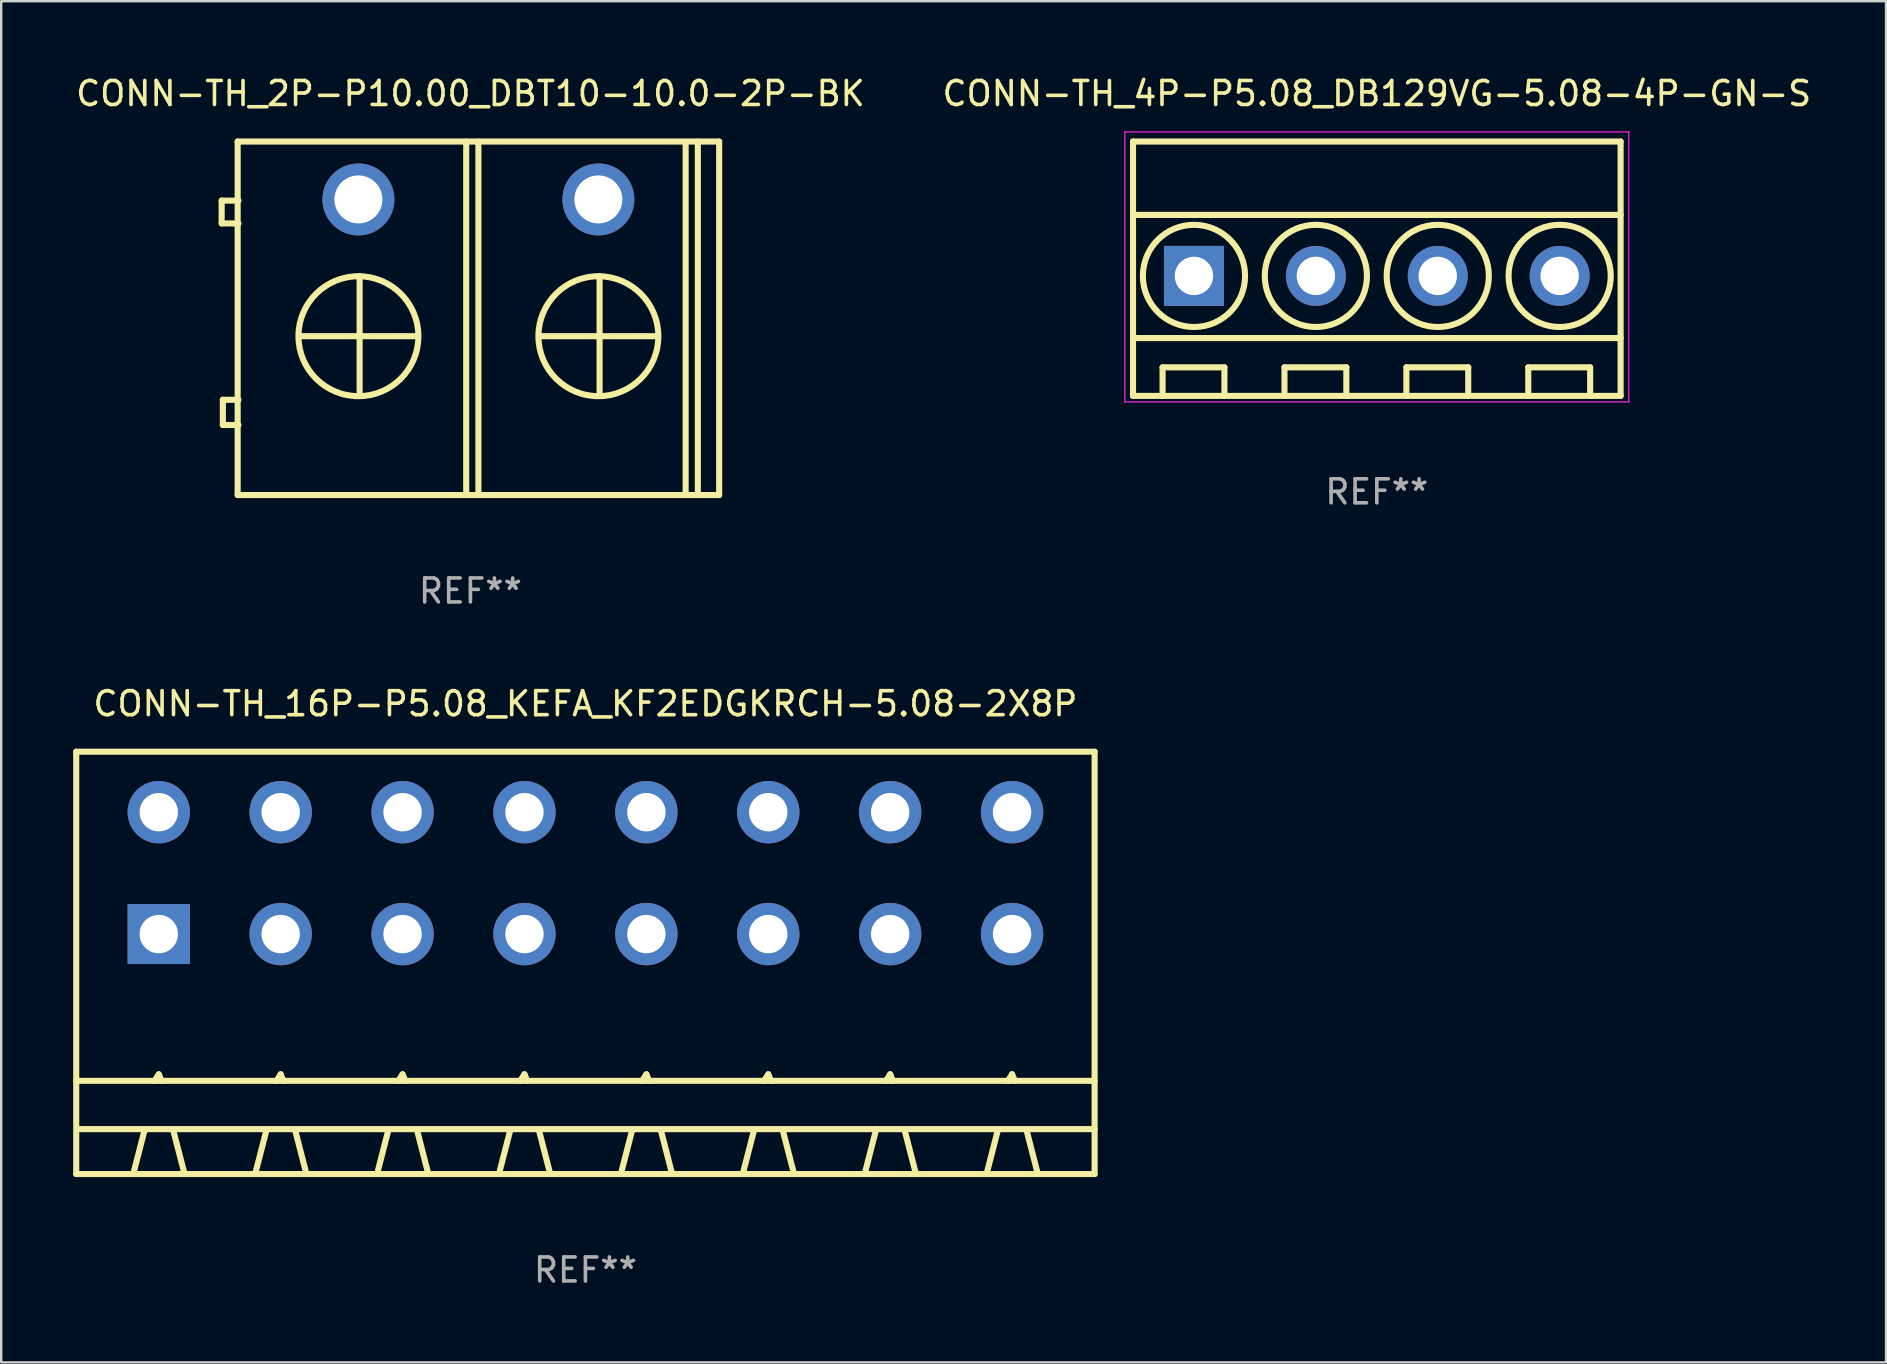
<source format=kicad_pcb>
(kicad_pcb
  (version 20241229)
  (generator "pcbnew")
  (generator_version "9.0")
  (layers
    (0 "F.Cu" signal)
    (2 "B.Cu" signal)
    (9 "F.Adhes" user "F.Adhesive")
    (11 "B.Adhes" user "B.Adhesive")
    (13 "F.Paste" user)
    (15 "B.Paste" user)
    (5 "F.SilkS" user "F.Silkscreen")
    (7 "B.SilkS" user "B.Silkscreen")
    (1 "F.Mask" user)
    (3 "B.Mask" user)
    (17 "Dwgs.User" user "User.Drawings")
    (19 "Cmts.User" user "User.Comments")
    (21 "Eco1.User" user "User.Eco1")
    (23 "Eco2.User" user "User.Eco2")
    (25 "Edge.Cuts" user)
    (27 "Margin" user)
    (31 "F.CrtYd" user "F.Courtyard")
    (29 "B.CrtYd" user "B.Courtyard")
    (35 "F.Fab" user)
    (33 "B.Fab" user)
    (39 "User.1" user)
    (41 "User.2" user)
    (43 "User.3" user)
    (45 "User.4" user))
  (footprint "CONN-TH_2P-P10.00_DBT10-10.0-2P-BK"
    (layer "F.Cu")
    (at 16.887 5.261)
    (property "Reference" "CONN-TH_2P-P10.00_DBT10-10.0-2P-BK" (at -0.333 -4.413 0) (layer "F.SilkS") (effects (font (size 1 1) (thickness 0.15))))
    (attr through_hole)
    (fp_line (start -10.7 0.05) (end -10.7 1) (stroke (width 0.254) (type solid)) (layer "F.SilkS"))
    (fp_line (start -10.7 1) (end -10 1) (stroke (width 0.254) (type solid)) (layer "F.SilkS"))
    (fp_line (start -10.65 8.35) (end -10.65 9.4) (stroke (width 0.254) (type solid)) (layer "F.SilkS"))
    (fp_line (start -10.65 9.4) (end -10 9.4) (stroke (width 0.254) (type solid)) (layer "F.SilkS"))
    (fp_line (start -10.033 -2.413) (end -10.033 12.319) (stroke (width 0.254) (type solid)) (layer "F.SilkS"))
    (fp_line (start -10.033 12.319) (end 10.033 12.319) (stroke (width 0.254) (type solid)) (layer "F.SilkS"))
    (fp_line (start -10 0.05) (end -10.7 0.05) (stroke (width 0.254) (type solid)) (layer "F.SilkS"))
    (fp_line (start -10 8.35) (end -10.65 8.35) (stroke (width 0.254) (type solid)) (layer "F.SilkS"))
    (fp_line (start -7.45 5.7) (end -2.55 5.7) (stroke (width 0.254) (type solid)) (layer "F.SilkS"))
    (fp_line (start -4.95 3.2) (end -4.95 8.05) (stroke (width 0.254) (type solid)) (layer "F.SilkS"))
    (fp_line (start -0.508 -2.413) (end -0.508 12.237) (stroke (width 0.254) (type solid)) (layer "F.SilkS"))
    (fp_line (start 0 -2.413) (end 0 12.187) (stroke (width 0.254) (type solid)) (layer "F.SilkS"))
    (fp_line (start 2.55 5.7) (end 7.45 5.7) (stroke (width 0.254) (type solid)) (layer "F.SilkS"))
    (fp_line (start 5.05 3.2) (end 5.05 8.05) (stroke (width 0.254) (type solid)) (layer "F.SilkS"))
    (fp_line (start 8.636 -2.352) (end 8.636 12.298) (stroke (width 0.254) (type solid)) (layer "F.SilkS"))
    (fp_line (start 9.144 -2.413) (end 9.144 12.187) (stroke (width 0.254) (type solid)) (layer "F.SilkS"))
    (fp_line (start 10.033 -2.413) (end -10.033 -2.413) (stroke (width 0.254) (type solid)) (layer "F.SilkS"))
    (fp_line (start 10.033 12.319) (end 10.033 -2.413) (stroke (width 0.254) (type solid)) (layer "F.SilkS"))
    (fp_circle (center -10 12.25) (end -9.97 12.25) (stroke (width 0.06) (type solid)) (fill no) (layer "F.SilkS"))
    (fp_circle (center -5 5.7) (end -2.501 5.7) (stroke (width 0.254) (type solid)) (fill no) (layer "F.SilkS"))
    (fp_circle (center 5 5.7) (end 7.499 5.7) (stroke (width 0.254) (type solid)) (fill no) (layer "F.SilkS"))
    (fp_text user "REF**" (at -0.333 16.319 0) (layer "F.Fab") (effects (font (size 1 1) (thickness 0.15))))
    (pad "1" thru_hole circle (at -5 0) (size 3 3) (drill 2) (layers "*.Cu" "*.Mask"))
    (pad "2" thru_hole circle (at 5 0) (size 3 3) (drill 2) (layers "*.Cu" "*.Mask")))
  (footprint "CONN-TH_16P-P5.08_KEFA_KF2EDGKRCH-5.08-2X8P"
    (layer "F.Cu")
    (at 21.347 33.337)
    (property "Reference" "CONN-TH_16P-P5.08_KEFA_KF2EDGKRCH-5.08-2X8P" (at 0.000013 -7.06 0) (layer "F.SilkS") (effects (font (size 1 1) (thickness 0.15))))
    (attr through_hole)
    (fp_line (start -21.22 -5.06) (end -21.22 12.54) (stroke (width 0.254) (type solid)) (layer "F.SilkS"))
    (fp_line (start -21.22 -5.06) (end 21.22 -5.06) (stroke (width 0.254) (type solid)) (layer "F.SilkS"))
    (fp_line (start -21.22 8.655) (end 21.22 8.655) (stroke (width 0.254) (type solid)) (layer "F.SilkS"))
    (fp_line (start -21.22 12.54) (end 21.22 12.54) (stroke (width 0.254) (type solid)) (layer "F.SilkS"))
    (fp_line (start -21.082 10.668) (end 21.22 10.668) (stroke (width 0.254) (type solid)) (layer "F.SilkS"))
    (fp_line (start -18.844 12.54) (end -18.362 10.668) (stroke (width 0.254) (type solid)) (layer "F.SilkS"))
    (fp_line (start -17.956 8.655) (end -17.78 8.382) (stroke (width 0.254) (type solid)) (layer "F.SilkS"))
    (fp_line (start -17.78 8.382) (end -17.666 8.655) (stroke (width 0.254) (type solid)) (layer "F.SilkS"))
    (fp_line (start -16.706 12.54) (end -17.189 10.668) (stroke (width 0.254) (type solid)) (layer "F.SilkS"))
    (fp_line (start -13.764 12.54) (end -13.282 10.668) (stroke (width 0.254) (type solid)) (layer "F.SilkS"))
    (fp_line (start -12.876 8.655) (end -12.7 8.382) (stroke (width 0.254) (type solid)) (layer "F.SilkS"))
    (fp_line (start -12.7 8.382) (end -12.586 8.655) (stroke (width 0.254) (type solid)) (layer "F.SilkS"))
    (fp_line (start -11.626 12.54) (end -12.109 10.668) (stroke (width 0.254) (type solid)) (layer "F.SilkS"))
    (fp_line (start -8.684 12.54) (end -8.202 10.668) (stroke (width 0.254) (type solid)) (layer "F.SilkS"))
    (fp_line (start -7.796 8.655) (end -7.62 8.382) (stroke (width 0.254) (type solid)) (layer "F.SilkS"))
    (fp_line (start -7.62 8.382) (end -7.506 8.655) (stroke (width 0.254) (type solid)) (layer "F.SilkS"))
    (fp_line (start -6.546 12.54) (end -7.029 10.668) (stroke (width 0.254) (type solid)) (layer "F.SilkS"))
    (fp_line (start -3.604 12.54) (end -3.122 10.668) (stroke (width 0.254) (type solid)) (layer "F.SilkS"))
    (fp_line (start -2.716 8.655) (end -2.54 8.382) (stroke (width 0.254) (type solid)) (layer "F.SilkS"))
    (fp_line (start -2.54 8.382) (end -2.426 8.655) (stroke (width 0.254) (type solid)) (layer "F.SilkS"))
    (fp_line (start -1.466 12.54) (end -1.949 10.668) (stroke (width 0.254) (type solid)) (layer "F.SilkS"))
    (fp_line (start 1.476 12.54) (end 1.958 10.668) (stroke (width 0.254) (type solid)) (layer "F.SilkS"))
    (fp_line (start 2.364 8.655) (end 2.54 8.382) (stroke (width 0.254) (type solid)) (layer "F.SilkS"))
    (fp_line (start 2.54 8.382) (end 2.654 8.655) (stroke (width 0.254) (type solid)) (layer "F.SilkS"))
    (fp_line (start 3.614 12.54) (end 3.131 10.668) (stroke (width 0.254) (type solid)) (layer "F.SilkS"))
    (fp_line (start 6.556 12.54) (end 7.038 10.668) (stroke (width 0.254) (type solid)) (layer "F.SilkS"))
    (fp_line (start 7.444 8.655) (end 7.62 8.382) (stroke (width 0.254) (type solid)) (layer "F.SilkS"))
    (fp_line (start 7.62 8.382) (end 7.734 8.655) (stroke (width 0.254) (type solid)) (layer "F.SilkS"))
    (fp_line (start 8.694 12.54) (end 8.211 10.668) (stroke (width 0.254) (type solid)) (layer "F.SilkS"))
    (fp_line (start 11.636 12.54) (end 12.118 10.668) (stroke (width 0.254) (type solid)) (layer "F.SilkS"))
    (fp_line (start 12.524 8.655) (end 12.7 8.382) (stroke (width 0.254) (type solid)) (layer "F.SilkS"))
    (fp_line (start 12.7 8.382) (end 12.814 8.655) (stroke (width 0.254) (type solid)) (layer "F.SilkS"))
    (fp_line (start 13.774 12.54) (end 13.291 10.668) (stroke (width 0.254) (type solid)) (layer "F.SilkS"))
    (fp_line (start 16.716 12.54) (end 17.198 10.668) (stroke (width 0.254) (type solid)) (layer "F.SilkS"))
    (fp_line (start 17.604 8.655) (end 17.78 8.382) (stroke (width 0.254) (type solid)) (layer "F.SilkS"))
    (fp_line (start 17.78 8.382) (end 17.894 8.655) (stroke (width 0.254) (type solid)) (layer "F.SilkS"))
    (fp_line (start 18.854 12.54) (end 18.371 10.668) (stroke (width 0.254) (type solid)) (layer "F.SilkS"))
    (fp_line (start 21.22 -5.06) (end 21.22 12.54) (stroke (width 0.254) (type solid)) (layer "F.SilkS"))
    (fp_circle (center -21.22 12.54) (end -21.19 12.54) (stroke (width 0.06) (type solid)) (fill no) (layer "F.SilkS"))
    (fp_text user "REF**" (at 0.000013 16.54 0) (layer "F.Fab") (effects (font (size 1 1) (thickness 0.15))))
    (pad "1" thru_hole rect (at -17.78 2.54) (size 2.6 2.5) (drill 1.6) (layers "*.Cu" "*.Mask"))
    (pad "2" thru_hole circle (at -17.78 -2.54) (size 2.6 2.6) (drill 1.6) (layers "*.Cu" "*.Mask"))
    (pad "3" thru_hole circle (at -12.7 2.54) (size 2.6 2.6) (drill 1.6) (layers "*.Cu" "*.Mask"))
    (pad "4" thru_hole circle (at -12.7 -2.54) (size 2.6 2.6) (drill 1.6) (layers "*.Cu" "*.Mask"))
    (pad "5" thru_hole circle (at -7.62 2.54) (size 2.6 2.6) (drill 1.6) (layers "*.Cu" "*.Mask"))
    (pad "6" thru_hole circle (at -7.62 -2.54) (size 2.6 2.6) (drill 1.6) (layers "*.Cu" "*.Mask"))
    (pad "7" thru_hole circle (at -2.54 2.54) (size 2.6 2.6) (drill 1.6) (layers "*.Cu" "*.Mask"))
    (pad "8" thru_hole circle (at -2.54 -2.54) (size 2.6 2.6) (drill 1.6) (layers "*.Cu" "*.Mask"))
    (pad "9" thru_hole circle (at 2.54 2.54) (size 2.6 2.6) (drill 1.6) (layers "*.Cu" "*.Mask"))
    (pad "10" thru_hole circle (at 2.54 -2.54) (size 2.6 2.6) (drill 1.6) (layers "*.Cu" "*.Mask"))
    (pad "11" thru_hole circle (at 7.62 2.54) (size 2.6 2.6) (drill 1.6) (layers "*.Cu" "*.Mask"))
    (pad "12" thru_hole circle (at 7.62 -2.54) (size 2.6 2.6) (drill 1.6) (layers "*.Cu" "*.Mask"))
    (pad "13" thru_hole circle (at 12.7 2.54) (size 2.6 2.6) (drill 1.6) (layers "*.Cu" "*.Mask"))
    (pad "14" thru_hole circle (at 12.7 -2.54) (size 2.6 2.6) (drill 1.6) (layers "*.Cu" "*.Mask"))
    (pad "15" thru_hole circle (at 17.78 2.54) (size 2.6 2.6) (drill 1.6) (layers "*.Cu" "*.Mask"))
    (pad "16" thru_hole circle (at 17.78 -2.54) (size 2.6 2.6) (drill 1.6) (layers "*.Cu" "*.Mask")))
  (footprint "CONN-TH_4P-P5.08_DB129VG-5.08-4P-GN-S"
    (layer "F.Cu")
    (at 54.327 8.448)
    (property "Reference" "CONN-TH_4P-P5.08_DB129VG-5.08-4P-GN-S" (at 0 -7.6 0) (layer "F.SilkS") (effects (font (size 1 1) (thickness 0.15))))
    (attr through_hole)
    (fp_line (start -10.16 -5.6) (end -10.16 5) (stroke (width 0.254) (type solid)) (layer "F.SilkS"))
    (fp_line (start -10.16 -2.541) (end 10.16 -2.541) (stroke (width 0.254) (type solid)) (layer "F.SilkS"))
    (fp_line (start -10.16 2.59) (end 10.16 2.59) (stroke (width 0.254) (type solid)) (layer "F.SilkS"))
    (fp_line (start -8.928 3.81) (end -6.35 3.81) (stroke (width 0.254) (type solid)) (layer "F.SilkS"))
    (fp_line (start -8.928 5) (end -8.928 3.81) (stroke (width 0.254) (type solid)) (layer "F.SilkS"))
    (fp_line (start -6.35 3.81) (end -6.35 5) (stroke (width 0.254) (type solid)) (layer "F.SilkS"))
    (fp_line (start -3.848 3.81) (end -1.27 3.81) (stroke (width 0.254) (type solid)) (layer "F.SilkS"))
    (fp_line (start -3.848 5) (end -3.848 3.81) (stroke (width 0.254) (type solid)) (layer "F.SilkS"))
    (fp_line (start -1.27 3.81) (end -1.27 5) (stroke (width 0.254) (type solid)) (layer "F.SilkS"))
    (fp_line (start 1.232 3.81) (end 3.81 3.81) (stroke (width 0.254) (type solid)) (layer "F.SilkS"))
    (fp_line (start 1.232 5) (end 1.232 3.81) (stroke (width 0.254) (type solid)) (layer "F.SilkS"))
    (fp_line (start 3.81 3.81) (end 3.81 5) (stroke (width 0.254) (type solid)) (layer "F.SilkS"))
    (fp_line (start 6.312 3.81) (end 8.89 3.81) (stroke (width 0.254) (type solid)) (layer "F.SilkS"))
    (fp_line (start 6.312 5) (end 6.312 3.81) (stroke (width 0.254) (type solid)) (layer "F.SilkS"))
    (fp_line (start 8.89 3.81) (end 8.89 5) (stroke (width 0.254) (type solid)) (layer "F.SilkS"))
    (fp_line (start 10.16 -5.6) (end -10.16 -5.6) (stroke (width 0.254) (type solid)) (layer "F.SilkS"))
    (fp_line (start 10.16 -5.6) (end 10.16 5) (stroke (width 0.254) (type solid)) (layer "F.SilkS"))
    (fp_line (start 10.16 5) (end -10.16 5) (stroke (width 0.254) (type solid)) (layer "F.SilkS"))
    (fp_circle (center -10.15 5) (end -10.12 5) (stroke (width 0.06) (type solid)) (fill no) (layer "F.SilkS"))
    (fp_circle (center -7.62 0) (end -5.491 0) (stroke (width 0.254) (type solid)) (fill no) (layer "F.SilkS"))
    (fp_circle (center -2.54 0) (end -0.411 0) (stroke (width 0.254) (type solid)) (fill no) (layer "F.SilkS"))
    (fp_circle (center 2.54 0) (end 4.669 0) (stroke (width 0.254) (type solid)) (fill no) (layer "F.SilkS"))
    (fp_circle (center 7.62 0) (end 9.749 0) (stroke (width 0.254) (type solid)) (fill no) (layer "F.SilkS"))
    (fp_line (start -10.5 -6) (end 10.5 -6) (stroke (width 0.05) (type default)) (layer "F.CrtYd"))
    (fp_line (start -10.5 5.25) (end -10.5 -6) (stroke (width 0.05) (type default)) (layer "F.CrtYd"))
    (fp_line (start 10.5 -6) (end 10.5 5.25) (stroke (width 0.05) (type default)) (layer "F.CrtYd"))
    (fp_line (start 10.5 5.25) (end -10.5 5.25) (stroke (width 0.05) (type default)) (layer "F.CrtYd"))
    (fp_text user "REF**" (at 0 9 0) (layer "F.Fab") (effects (font (size 1 1) (thickness 0.15))))
    (pad "1" thru_hole rect (at -7.62 0) (size 2.5 2.5) (drill 1.6) (layers "*.Cu" "*.Mask"))
    (pad "2" thru_hole circle (at -2.54 0) (size 2.5 2.5) (drill 1.6) (layers "*.Cu" "*.Mask"))
    (pad "3" thru_hole circle (at 2.54 0) (size 2.5 2.5) (drill 1.6) (layers "*.Cu" "*.Mask"))
    (pad "4" thru_hole circle (at 7.62 0) (size 2.5 2.5) (drill 1.6) (layers "*.Cu" "*.Mask")))
  (gr_rect
    (start -3 -3)
    (end 75.548 53.725)
    (stroke (width 0.1) (type default))
    (fill no)
    (layer "Edge.Cuts")))
</source>
